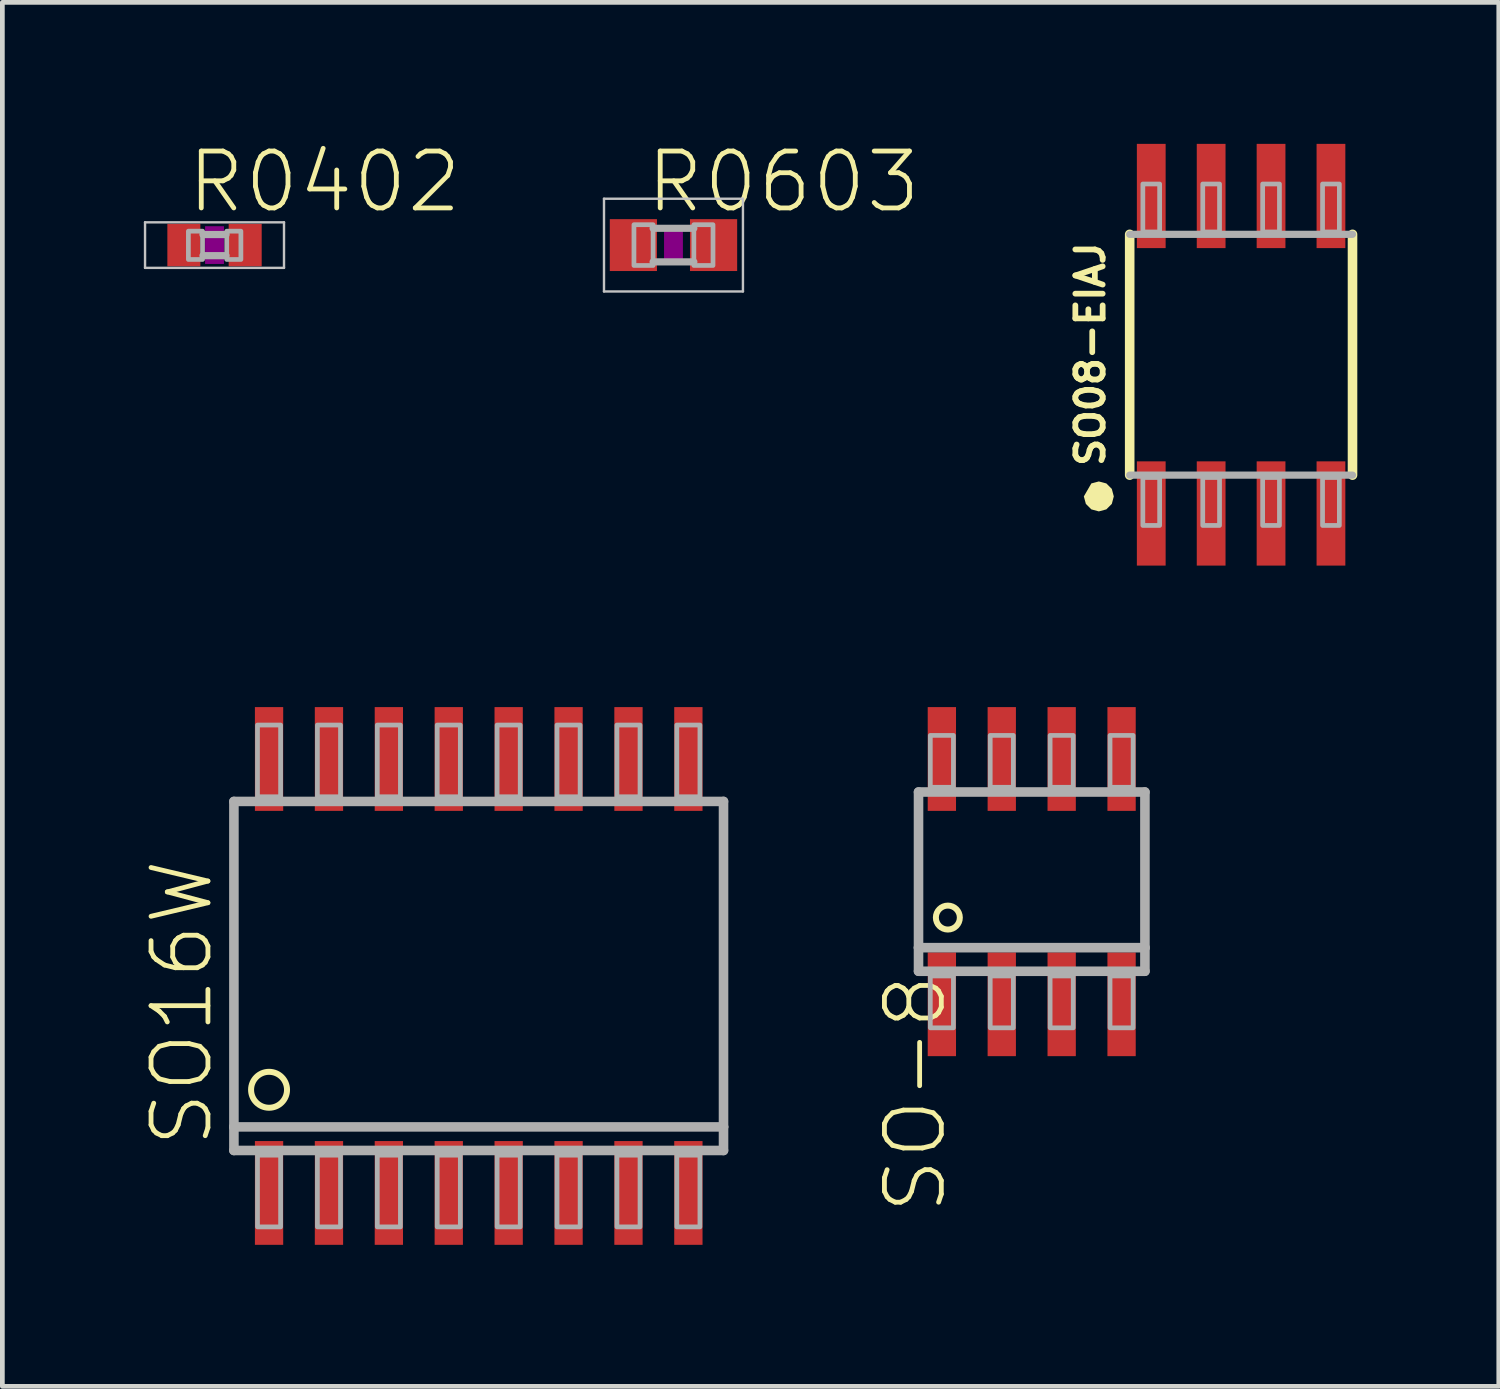
<source format=kicad_pcb>
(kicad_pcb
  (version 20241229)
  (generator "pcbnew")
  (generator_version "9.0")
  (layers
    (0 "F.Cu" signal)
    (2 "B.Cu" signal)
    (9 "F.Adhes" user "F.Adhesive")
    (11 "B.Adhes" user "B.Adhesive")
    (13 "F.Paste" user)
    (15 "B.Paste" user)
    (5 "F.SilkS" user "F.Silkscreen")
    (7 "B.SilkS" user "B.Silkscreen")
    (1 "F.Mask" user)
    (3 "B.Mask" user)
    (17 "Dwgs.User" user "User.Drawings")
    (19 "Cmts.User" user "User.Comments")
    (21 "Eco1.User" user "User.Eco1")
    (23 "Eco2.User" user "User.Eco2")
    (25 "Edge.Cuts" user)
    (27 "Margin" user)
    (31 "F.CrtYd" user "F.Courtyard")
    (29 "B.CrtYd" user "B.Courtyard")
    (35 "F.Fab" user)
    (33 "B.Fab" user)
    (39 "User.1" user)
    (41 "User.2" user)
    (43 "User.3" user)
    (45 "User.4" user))
  (footprint "SO16W"
    (layer "F.Cu")
    (at 7.099 17.641)
    (property "Reference" "SO16W" (at -5.588 3.683 90) (layer "F.SilkS") (effects (font (size 1.206 1.206) (thickness 0.102)) (justify left bottom)))
    (attr through_hole)
    (fp_circle (center -4.445 2.413) (end -4.064 2.413) (stroke (width 0.127) (type solid)) (fill no) (layer "F.SilkS"))
    (fp_line (start -5.19 -3.7) (end 5.19 -3.7) (stroke (width 0.203) (type solid)) (layer "F.Fab"))
    (fp_line (start -5.19 3.2) (end -5.19 -3.7) (stroke (width 0.203) (type solid)) (layer "F.Fab"))
    (fp_line (start -5.19 3.7) (end -5.19 3.2) (stroke (width 0.203) (type solid)) (layer "F.Fab"))
    (fp_line (start 5.19 -3.7) (end 5.19 3.2) (stroke (width 0.203) (type solid)) (layer "F.Fab"))
    (fp_line (start 5.19 3.2) (end -5.19 3.2) (stroke (width 0.203) (type solid)) (layer "F.Fab"))
    (fp_line (start 5.19 3.2) (end 5.19 3.7) (stroke (width 0.203) (type solid)) (layer "F.Fab"))
    (fp_line (start 5.19 3.7) (end -5.19 3.7) (stroke (width 0.203) (type solid)) (layer "F.Fab"))
    (fp_poly (pts (xy -4.69 -3.8) (xy -4.2 -3.8) (xy -4.2 -5.32) (xy -4.69 -5.32)) (stroke (width 0.1) (type solid)) (fill no) (layer "F.Fab"))
    (fp_poly (pts (xy -4.69 5.32) (xy -4.2 5.32) (xy -4.2 3.8) (xy -4.69 3.8)) (stroke (width 0.1) (type solid)) (fill no) (layer "F.Fab"))
    (fp_poly (pts (xy -3.42 -3.8) (xy -2.93 -3.8) (xy -2.93 -5.32) (xy -3.42 -5.32)) (stroke (width 0.1) (type solid)) (fill no) (layer "F.Fab"))
    (fp_poly (pts (xy -3.42 5.32) (xy -2.93 5.32) (xy -2.93 3.8) (xy -3.42 3.8)) (stroke (width 0.1) (type solid)) (fill no) (layer "F.Fab"))
    (fp_poly (pts (xy -2.15 -3.8) (xy -1.66 -3.8) (xy -1.66 -5.32) (xy -2.15 -5.32)) (stroke (width 0.1) (type solid)) (fill no) (layer "F.Fab"))
    (fp_poly (pts (xy -2.15 5.32) (xy -1.66 5.32) (xy -1.66 3.8) (xy -2.15 3.8)) (stroke (width 0.1) (type solid)) (fill no) (layer "F.Fab"))
    (fp_poly (pts (xy -0.88 -3.8) (xy -0.39 -3.8) (xy -0.39 -5.32) (xy -0.88 -5.32)) (stroke (width 0.1) (type solid)) (fill no) (layer "F.Fab"))
    (fp_poly (pts (xy -0.88 5.32) (xy -0.39 5.32) (xy -0.39 3.8) (xy -0.88 3.8)) (stroke (width 0.1) (type solid)) (fill no) (layer "F.Fab"))
    (fp_poly (pts (xy 0.39 -3.8) (xy 0.88 -3.8) (xy 0.88 -5.32) (xy 0.39 -5.32)) (stroke (width 0.1) (type solid)) (fill no) (layer "F.Fab"))
    (fp_poly (pts (xy 0.39 5.32) (xy 0.88 5.32) (xy 0.88 3.8) (xy 0.39 3.8)) (stroke (width 0.1) (type solid)) (fill no) (layer "F.Fab"))
    (fp_poly (pts (xy 1.66 -3.8) (xy 2.15 -3.8) (xy 2.15 -5.32) (xy 1.66 -5.32)) (stroke (width 0.1) (type solid)) (fill no) (layer "F.Fab"))
    (fp_poly (pts (xy 1.66 5.32) (xy 2.15 5.32) (xy 2.15 3.8) (xy 1.66 3.8)) (stroke (width 0.1) (type solid)) (fill no) (layer "F.Fab"))
    (fp_poly (pts (xy 2.93 -3.8) (xy 3.42 -3.8) (xy 3.42 -5.32) (xy 2.93 -5.32)) (stroke (width 0.1) (type solid)) (fill no) (layer "F.Fab"))
    (fp_poly (pts (xy 2.93 5.32) (xy 3.42 5.32) (xy 3.42 3.8) (xy 2.93 3.8)) (stroke (width 0.1) (type solid)) (fill no) (layer "F.Fab"))
    (fp_poly (pts (xy 4.2 -3.8) (xy 4.69 -3.8) (xy 4.69 -5.32) (xy 4.2 -5.32)) (stroke (width 0.1) (type solid)) (fill no) (layer "F.Fab"))
    (fp_poly (pts (xy 4.2 5.32) (xy 4.69 5.32) (xy 4.69 3.8) (xy 4.2 3.8)) (stroke (width 0.1) (type solid)) (fill no) (layer "F.Fab"))
    (pad "1" smd rect (at -4.445 4.6) (size 0.6 2.2) (layers "F.Cu" "F.Mask" "F.Paste"))
    (pad "2" smd rect (at -3.175 4.6) (size 0.6 2.2) (layers "F.Cu" "F.Mask" "F.Paste"))
    (pad "3" smd rect (at -1.905 4.6) (size 0.6 2.2) (layers "F.Cu" "F.Mask" "F.Paste"))
    (pad "4" smd rect (at -0.635 4.6) (size 0.6 2.2) (layers "F.Cu" "F.Mask" "F.Paste"))
    (pad "5" smd rect (at 0.635 4.6) (size 0.6 2.2) (layers "F.Cu" "F.Mask" "F.Paste"))
    (pad "6" smd rect (at 1.905 4.6) (size 0.6 2.2) (layers "F.Cu" "F.Mask" "F.Paste"))
    (pad "7" smd rect (at 3.175 4.6) (size 0.6 2.2) (layers "F.Cu" "F.Mask" "F.Paste"))
    (pad "8" smd rect (at 4.445 4.6) (size 0.6 2.2) (layers "F.Cu" "F.Mask" "F.Paste"))
    (pad "9" smd rect (at 4.445 -4.6) (size 0.6 2.2) (layers "F.Cu" "F.Mask" "F.Paste"))
    (pad "10" smd rect (at 3.175 -4.6) (size 0.6 2.2) (layers "F.Cu" "F.Mask" "F.Paste"))
    (pad "11" smd rect (at 1.905 -4.6) (size 0.6 2.2) (layers "F.Cu" "F.Mask" "F.Paste"))
    (pad "12" smd rect (at 0.635 -4.6) (size 0.6 2.2) (layers "F.Cu" "F.Mask" "F.Paste"))
    (pad "13" smd rect (at -0.635 -4.6) (size 0.6 2.2) (layers "F.Cu" "F.Mask" "F.Paste"))
    (pad "14" smd rect (at -1.905 -4.6) (size 0.6 2.2) (layers "F.Cu" "F.Mask" "F.Paste"))
    (pad "15" smd rect (at -3.175 -4.6) (size 0.6 2.2) (layers "F.Cu" "F.Mask" "F.Paste"))
    (pad "16" smd rect (at -4.445 -4.6) (size 0.6 2.2) (layers "F.Cu" "F.Mask" "F.Paste")))
  (footprint "SO08-EIAJ"
    (layer "F.Cu")
    (at 23.262 4.458)
    (property "Reference" "SO08-EIAJ" (at -2.858 0 90) (layer "F.SilkS") (effects (font (size 0.579 0.579) (thickness 0.122)) (justify bottom)))
    (attr through_hole)
    (fp_line (start -2.362 -2.54) (end -2.362 2.565) (stroke (width 0.203) (type solid)) (layer "F.SilkS"))
    (fp_line (start 2.362 2.565) (end 2.362 -2.54) (stroke (width 0.203) (type solid)) (layer "F.SilkS"))
    (fp_poly (pts (xy -2.699 3.016) (xy -2.741 2.857) (xy -2.857 2.741) (xy -3.016 2.699) (xy -3.175 2.741) (xy -3.334 3.016) (xy -3.291 3.175) (xy -3.175 3.291) (xy -3.016 3.334) (xy -2.857 3.291) (xy -2.741 3.175)) (stroke (width 0) (type solid)) (fill yes) (layer "F.SilkS"))
    (fp_line (start -2.362 2.565) (end 2.362 2.565) (stroke (width 0.152) (type solid)) (layer "F.Fab"))
    (fp_line (start 2.362 -2.54) (end -2.362 -2.54) (stroke (width 0.152) (type solid)) (layer "F.Fab"))
    (fp_poly (pts (xy -2.083 -2.591) (xy -1.727 -2.591) (xy -1.727 -3.607) (xy -2.083 -3.607)) (stroke (width 0.1) (type solid)) (fill no) (layer "F.Fab"))
    (fp_poly (pts (xy -2.083 3.632) (xy -1.727 3.632) (xy -1.727 2.616) (xy -2.083 2.616)) (stroke (width 0.1) (type solid)) (fill no) (layer "F.Fab"))
    (fp_poly (pts (xy -0.813 -2.591) (xy -0.457 -2.591) (xy -0.457 -3.607) (xy -0.813 -3.607)) (stroke (width 0.1) (type solid)) (fill no) (layer "F.Fab"))
    (fp_poly (pts (xy -0.813 3.632) (xy -0.457 3.632) (xy -0.457 2.616) (xy -0.813 2.616)) (stroke (width 0.1) (type solid)) (fill no) (layer "F.Fab"))
    (fp_poly (pts (xy 0.457 -2.591) (xy 0.813 -2.591) (xy 0.813 -3.607) (xy 0.457 -3.607)) (stroke (width 0.1) (type solid)) (fill no) (layer "F.Fab"))
    (fp_poly (pts (xy 0.457 3.632) (xy 0.813 3.632) (xy 0.813 2.616) (xy 0.457 2.616)) (stroke (width 0.1) (type solid)) (fill no) (layer "F.Fab"))
    (fp_poly (pts (xy 1.727 -2.591) (xy 2.083 -2.591) (xy 2.083 -3.607) (xy 1.727 -3.607)) (stroke (width 0.1) (type solid)) (fill no) (layer "F.Fab"))
    (fp_poly (pts (xy 1.727 3.632) (xy 2.083 3.632) (xy 2.083 2.616) (xy 1.727 2.616)) (stroke (width 0.1) (type solid)) (fill no) (layer "F.Fab"))
    (pad "1" smd rect (at -1.905 3.378) (size 0.61 2.21) (layers "F.Cu" "F.Mask" "F.Paste"))
    (pad "2" smd rect (at -0.635 3.378) (size 0.61 2.21) (layers "F.Cu" "F.Mask" "F.Paste"))
    (pad "3" smd rect (at 0.635 3.378) (size 0.61 2.21) (layers "F.Cu" "F.Mask" "F.Paste"))
    (pad "4" smd rect (at 1.905 3.378) (size 0.61 2.21) (layers "F.Cu" "F.Mask" "F.Paste"))
    (pad "5" smd rect (at 1.905 -3.353) (size 0.61 2.21) (layers "F.Cu" "F.Mask" "F.Paste"))
    (pad "6" smd rect (at 0.635 -3.353) (size 0.61 2.21) (layers "F.Cu" "F.Mask" "F.Paste"))
    (pad "7" smd rect (at -0.635 -3.353) (size 0.61 2.21) (layers "F.Cu" "F.Mask" "F.Paste"))
    (pad "8" smd rect (at -1.905 -3.353) (size 0.61 2.21) (layers "F.Cu" "F.Mask" "F.Paste")))
  (footprint "R0603"
    (layer "F.Cu")
    (at 11.228 2.146)
    (property "Reference" "R0603" (at -0.635 -0.635 0) (layer "F.SilkS") (effects (font (size 1.206 1.206) (thickness 0.102)) (justify left bottom)))
    (attr through_hole)
    (fp_poly (pts (xy -0.2 0.4) (xy 0.2 0.4) (xy 0.2 -0.4) (xy -0.2 -0.4)) (stroke (width 0) (type solid)) (fill yes) (layer "F.Adhes"))
    (fp_line (start -1.473 -0.983) (end 1.473 -0.983) (stroke (width 0.051) (type solid)) (layer "Dwgs.User"))
    (fp_line (start -1.473 0.983) (end -1.473 -0.983) (stroke (width 0.051) (type solid)) (layer "Dwgs.User"))
    (fp_line (start 1.473 -0.983) (end 1.473 0.983) (stroke (width 0.051) (type solid)) (layer "Dwgs.User"))
    (fp_line (start 1.473 0.983) (end -1.473 0.983) (stroke (width 0.051) (type solid)) (layer "Dwgs.User"))
    (fp_line (start -0.432 0.356) (end 0.432 0.356) (stroke (width 0.152) (type solid)) (layer "F.Fab"))
    (fp_line (start 0.432 -0.356) (end -0.432 -0.356) (stroke (width 0.152) (type solid)) (layer "F.Fab"))
    (fp_poly (pts (xy -0.838 0.432) (xy -0.432 0.432) (xy -0.432 -0.432) (xy -0.838 -0.432)) (stroke (width 0.1) (type solid)) (fill no) (layer "F.Fab"))
    (fp_poly (pts (xy 0.432 0.432) (xy 0.838 0.432) (xy 0.838 -0.432) (xy 0.432 -0.432)) (stroke (width 0.1) (type solid)) (fill no) (layer "F.Fab"))
    (pad "1" smd rect (at -0.85 0) (size 1 1.1) (layers "F.Cu" "F.Mask" "F.Paste"))
    (pad "2" smd rect (at 0.85 0) (size 1 1.1) (layers "F.Cu" "F.Mask" "F.Paste")))
  (footprint "SO-8"
    (layer "F.Cu")
    (at 18.823 15.641)
    (property "Reference" "SO-8" (at -3.175 1.905 90) (layer "F.SilkS") (effects (font (size 1.206 1.206) (thickness 0.102)) (justify right top)))
    (attr through_hole)
    (fp_circle (center -1.778 0.762) (end -1.524 0.762) (stroke (width 0.127) (type solid)) (fill no) (layer "F.SilkS"))
    (fp_line (start -2.4 -1.9) (end 2.4 -1.9) (stroke (width 0.203) (type solid)) (layer "F.Fab"))
    (fp_line (start -2.4 1.4) (end -2.4 -1.9) (stroke (width 0.203) (type solid)) (layer "F.Fab"))
    (fp_line (start -2.4 1.9) (end -2.4 1.4) (stroke (width 0.203) (type solid)) (layer "F.Fab"))
    (fp_line (start 2.4 -1.9) (end 2.4 1.4) (stroke (width 0.203) (type solid)) (layer "F.Fab"))
    (fp_line (start 2.4 1.4) (end -2.4 1.4) (stroke (width 0.203) (type solid)) (layer "F.Fab"))
    (fp_line (start 2.4 1.4) (end 2.4 1.9) (stroke (width 0.203) (type solid)) (layer "F.Fab"))
    (fp_line (start 2.4 1.9) (end -2.4 1.9) (stroke (width 0.203) (type solid)) (layer "F.Fab"))
    (fp_poly (pts (xy -2.15 -2) (xy -1.66 -2) (xy -1.66 -3.1) (xy -2.15 -3.1)) (stroke (width 0.1) (type solid)) (fill no) (layer "F.Fab"))
    (fp_poly (pts (xy -2.15 3.1) (xy -1.66 3.1) (xy -1.66 2) (xy -2.15 2)) (stroke (width 0.1) (type solid)) (fill no) (layer "F.Fab"))
    (fp_poly (pts (xy -0.88 -2) (xy -0.39 -2) (xy -0.39 -3.1) (xy -0.88 -3.1)) (stroke (width 0.1) (type solid)) (fill no) (layer "F.Fab"))
    (fp_poly (pts (xy -0.88 3.1) (xy -0.39 3.1) (xy -0.39 2) (xy -0.88 2)) (stroke (width 0.1) (type solid)) (fill no) (layer "F.Fab"))
    (fp_poly (pts (xy 0.39 -2) (xy 0.88 -2) (xy 0.88 -3.1) (xy 0.39 -3.1)) (stroke (width 0.1) (type solid)) (fill no) (layer "F.Fab"))
    (fp_poly (pts (xy 0.39 3.1) (xy 0.88 3.1) (xy 0.88 2) (xy 0.39 2)) (stroke (width 0.1) (type solid)) (fill no) (layer "F.Fab"))
    (fp_poly (pts (xy 1.66 -2) (xy 2.15 -2) (xy 2.15 -3.1) (xy 1.66 -3.1)) (stroke (width 0.1) (type solid)) (fill no) (layer "F.Fab"))
    (fp_poly (pts (xy 1.66 3.1) (xy 2.15 3.1) (xy 2.15 2) (xy 1.66 2)) (stroke (width 0.1) (type solid)) (fill no) (layer "F.Fab"))
    (pad "1" smd rect (at -1.905 2.6) (size 0.6 2.2) (layers "F.Cu" "F.Mask" "F.Paste"))
    (pad "2" smd rect (at -0.635 2.6) (size 0.6 2.2) (layers "F.Cu" "F.Mask" "F.Paste"))
    (pad "3" smd rect (at 0.635 2.6) (size 0.6 2.2) (layers "F.Cu" "F.Mask" "F.Paste"))
    (pad "4" smd rect (at 1.905 2.6) (size 0.6 2.2) (layers "F.Cu" "F.Mask" "F.Paste"))
    (pad "5" smd rect (at 1.905 -2.6) (size 0.6 2.2) (layers "F.Cu" "F.Mask" "F.Paste"))
    (pad "6" smd rect (at 0.635 -2.6) (size 0.6 2.2) (layers "F.Cu" "F.Mask" "F.Paste"))
    (pad "7" smd rect (at -0.635 -2.6) (size 0.6 2.2) (layers "F.Cu" "F.Mask" "F.Paste"))
    (pad "8" smd rect (at -1.905 -2.6) (size 0.6 2.2) (layers "F.Cu" "F.Mask" "F.Paste")))
  (footprint "R0402"
    (layer "F.Cu")
    (at 1.498 2.146)
    (property "Reference" "R0402" (at -0.635 -0.635 0) (layer "F.SilkS") (effects (font (size 1.206 1.206) (thickness 0.102)) (justify left bottom)))
    (attr through_hole)
    (fp_poly (pts (xy -0.2 0.4) (xy 0.2 0.4) (xy 0.2 -0.4) (xy -0.2 -0.4)) (stroke (width 0) (type solid)) (fill yes) (layer "F.Adhes"))
    (fp_line (start -1.473 -0.483) (end 1.473 -0.483) (stroke (width 0.051) (type solid)) (layer "Dwgs.User"))
    (fp_line (start -1.473 0.483) (end -1.473 -0.483) (stroke (width 0.051) (type solid)) (layer "Dwgs.User"))
    (fp_line (start 1.473 -0.483) (end 1.473 0.483) (stroke (width 0.051) (type solid)) (layer "Dwgs.User"))
    (fp_line (start 1.473 0.483) (end -1.473 0.483) (stroke (width 0.051) (type solid)) (layer "Dwgs.User"))
    (fp_line (start -0.245 -0.224) (end 0.245 -0.224) (stroke (width 0.152) (type solid)) (layer "F.Fab"))
    (fp_line (start 0.245 0.224) (end -0.245 0.224) (stroke (width 0.152) (type solid)) (layer "F.Fab"))
    (fp_poly (pts (xy -0.554 0.305) (xy -0.254 0.305) (xy -0.254 -0.295) (xy -0.554 -0.295)) (stroke (width 0.1) (type solid)) (fill no) (layer "F.Fab"))
    (fp_poly (pts (xy 0.259 0.305) (xy 0.559 0.305) (xy 0.559 -0.295) (xy 0.259 -0.295)) (stroke (width 0.1) (type solid)) (fill no) (layer "F.Fab"))
    (pad "1" smd rect (at -0.65 0) (size 0.7 0.9) (layers "F.Cu" "F.Mask" "F.Paste"))
    (pad "2" smd rect (at 0.65 0) (size 0.7 0.9) (layers "F.Cu" "F.Mask" "F.Paste")))
  (gr_rect
    (start -3 -3)
    (end 28.725 26.341)
    (stroke (width 0.1) (type default))
    (fill no)
    (layer "Edge.Cuts")))
</source>
